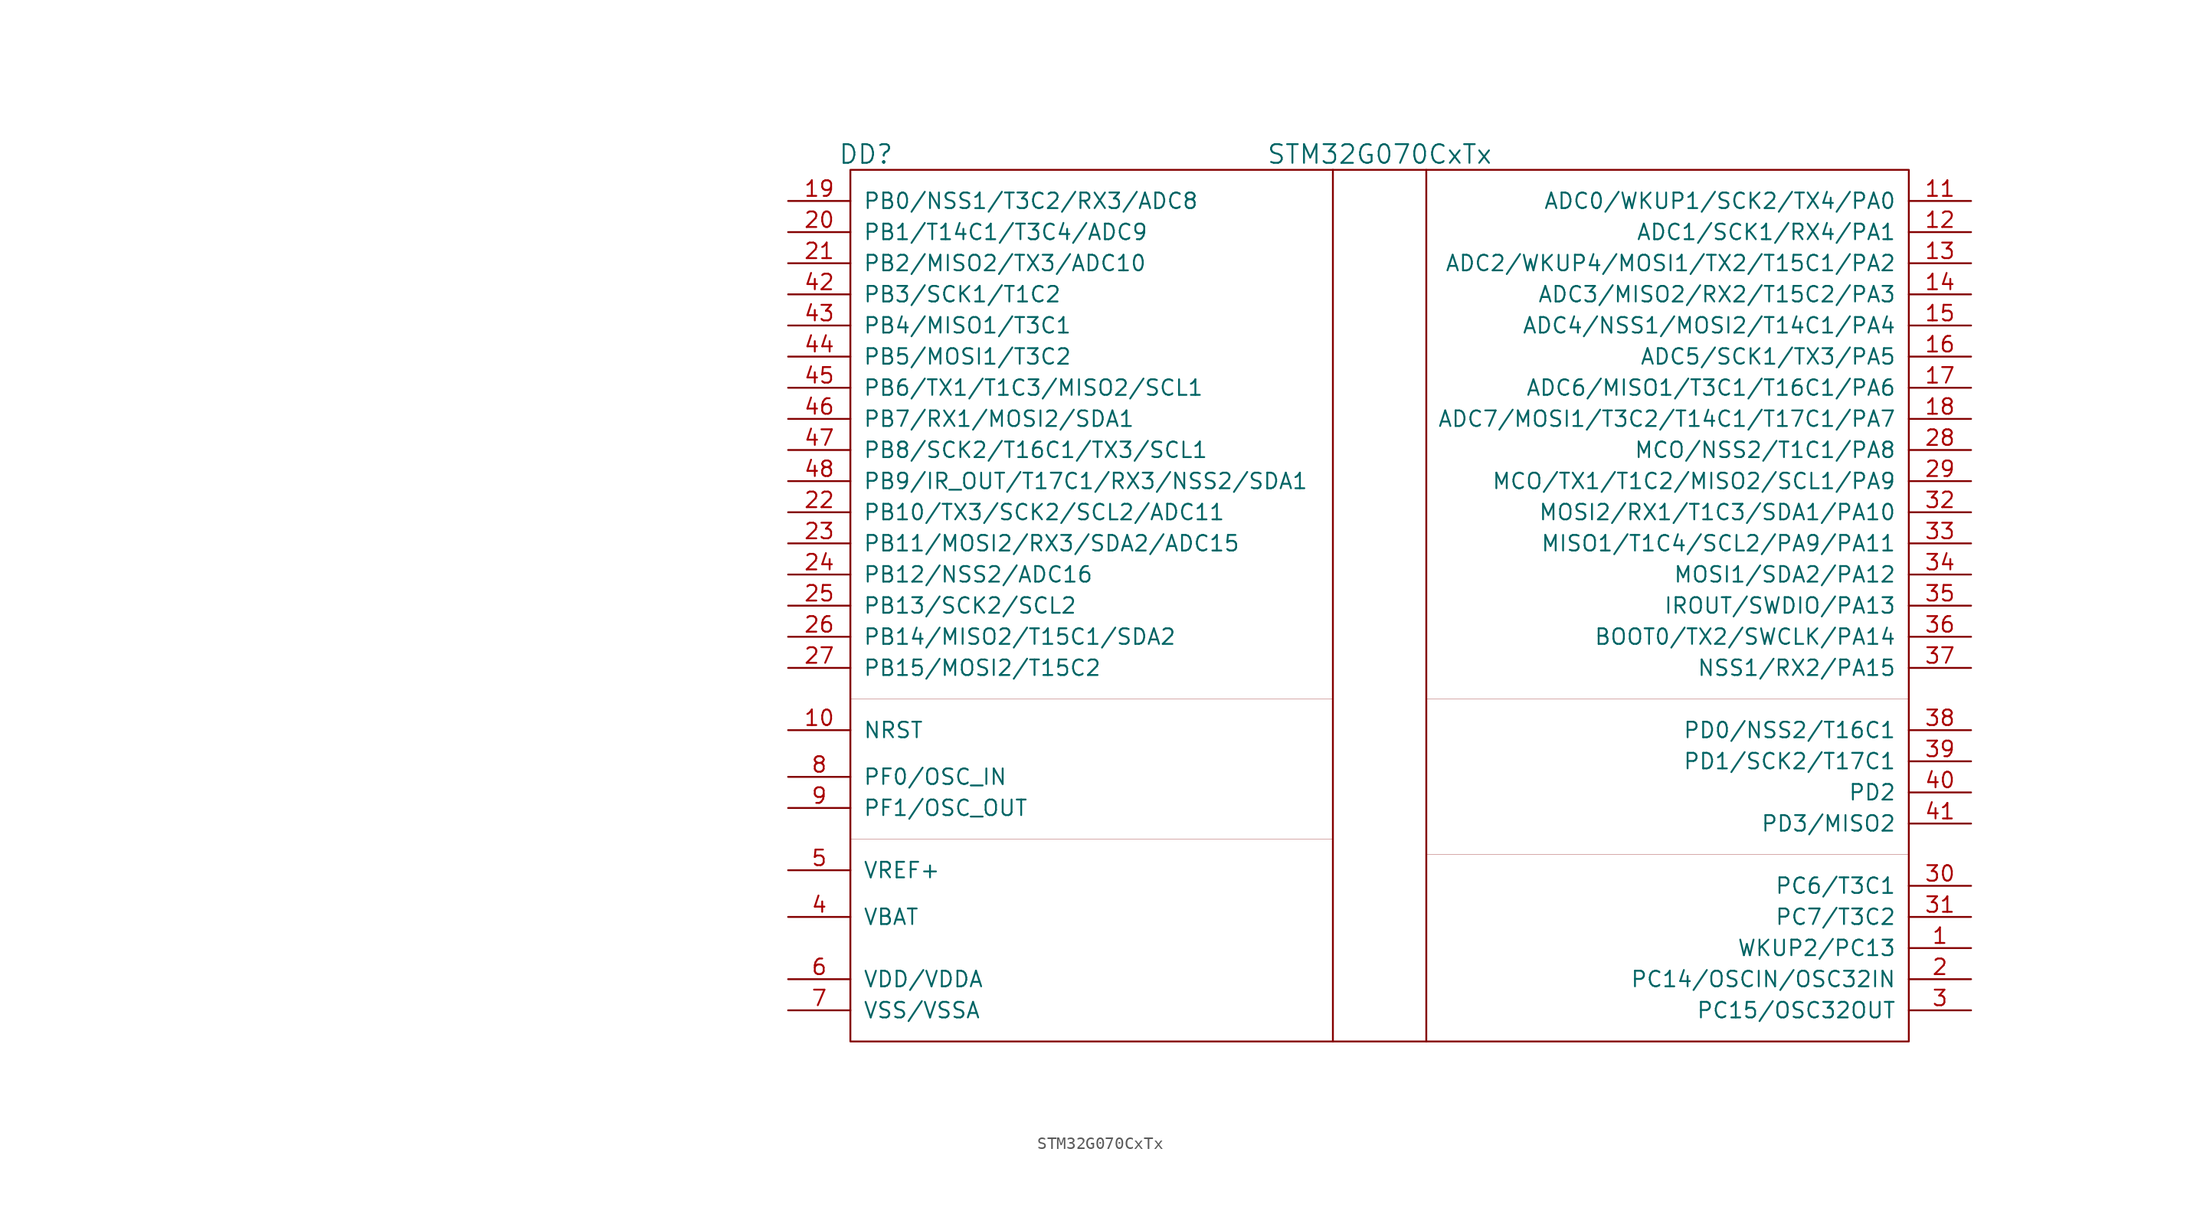
<source format=kicad_sym>
(kicad_symbol_lib
  (version 20201005)
  (generator kicad_symbol_editor)
  (symbol "st_kl:STM32G070CxTx"
    (pin_names
      (offset 1.016))
    (property "Reference" "DD"
      (at -41.91 45.72 0)
      (effects (font (size 1.524 1.524))))
    (property "Value" "STM32G070CxTx"
      (at 0 45.72 0)
      (effects (font (size 1.524 1.524))))
    (property "Datasheet" ""
      (at -93.98 6.35 0)
      (effects (font (size 1.524 1.524))))
    (symbol "STM32G070CxTx_0_1"
      (rectangle (start -43.18 44.45) (end 43.18 -26.67) (stroke (width 0)) (fill (type none)))
      (polyline (pts (xy -3.81 44.45) (xy -3.81 -26.67)) (stroke (width 0)) (fill (type none)))
      (polyline (pts (xy 3.81 44.45) (xy 3.81 -26.67)) (stroke (width 0)) (fill (type none)))
      (polyline (pts (xy 43.18 1.27) (xy 3.81 1.27)) (stroke (width 0.001)) (fill (type none)))
      (polyline (pts (xy 43.18 -11.43) (xy 3.81 -11.43)) (stroke (width 0.001)) (fill (type none)))
      (polyline (pts (xy -43.18 1.27) (xy -3.81 1.27)) (stroke (width 0.001)) (fill (type none)))
      (polyline (pts (xy -43.18 -10.16) (xy -3.81 -10.16)) (stroke (width 0.001)) (fill (type none))))
    (symbol "STM32G070CxTx_1_1"
      (pin passive line (at -48.26 19.05 0) (length 5.08) (name "PB9/IR_OUT/T17C1/RX3/NSS2/SDA1" (effects (font (size 1.27 1.27)))) (number "48" (effects (font (size 1.27 1.27)))))
      (pin passive line (at 48.26 34.29 180) (length 5.08) (name "ADC3/MISO2/RX2/T15C2/PA3" (effects (font (size 1.27 1.27)))) (number "14" (effects (font (size 1.27 1.27)))))
      (pin passive line (at 48.26 31.75 180) (length 5.08) (name "ADC4/NSS1/MOSI2/T14C1/PA4" (effects (font (size 1.27 1.27)))) (number "15" (effects (font (size 1.27 1.27)))))
      (pin passive line (at 48.26 29.21 180) (length 5.08) (name "ADC5/SCK1/TX3/PA5" (effects (font (size 1.27 1.27)))) (number "16" (effects (font (size 1.27 1.27)))))
      (pin passive line (at 48.26 26.67 180) (length 5.08) (name "ADC6/MISO1/T3C1/T16C1/PA6" (effects (font (size 1.27 1.27)))) (number "17" (effects (font (size 1.27 1.27)))))
      (pin passive line (at 48.26 24.13 180) (length 5.08) (name "ADC7/MOSI1/T3C2/T14C1/T17C1/PA7" (effects (font (size 1.27 1.27)))) (number "18" (effects (font (size 1.27 1.27)))))
      (pin passive line (at -48.26 41.91 0) (length 5.08) (name "PB0/NSS1/T3C2/RX3/ADC8" (effects (font (size 1.27 1.27)))) (number "19" (effects (font (size 1.27 1.27)))))
      (pin passive line (at -48.26 39.37 0) (length 5.08) (name "PB1/T14C1/T3C4/ADC9" (effects (font (size 1.27 1.27)))) (number "20" (effects (font (size 1.27 1.27)))))
      (pin passive line (at -48.26 36.83 0) (length 5.08) (name "PB2/MISO2/TX3/ADC10" (effects (font (size 1.27 1.27)))) (number "21" (effects (font (size 1.27 1.27)))))
      (pin passive line (at 48.26 21.59 180) (length 5.08) (name "MCO/NSS2/T1C1/PA8" (effects (font (size 1.27 1.27)))) (number "28" (effects (font (size 1.27 1.27)))))
      (pin passive line (at 48.26 19.05 180) (length 5.08) (name "MCO/TX1/T1C2/MISO2/SCL1/PA9" (effects (font (size 1.27 1.27)))) (number "29" (effects (font (size 1.27 1.27)))))
      (pin passive line (at 48.26 -21.59 180) (length 5.08) (name "PC14/OSCIN/OSC32IN" (effects (font (size 1.27 1.27)))) (number "2" (effects (font (size 1.27 1.27)))))
      (pin passive line (at 48.26 -13.97 180) (length 5.08) (name "PC6/T3C1" (effects (font (size 1.27 1.27)))) (number "30" (effects (font (size 1.27 1.27)))))
      (pin passive line (at 48.26 16.51 180) (length 5.08) (name "MOSI2/RX1/T1C3/SDA1/PA10" (effects (font (size 1.27 1.27)))) (number "32" (effects (font (size 1.27 1.27)))))
      (pin passive line (at 48.26 13.97 180) (length 5.08) (name "MISO1/T1C4/SCL2/PA9/PA11" (effects (font (size 1.27 1.27)))) (number "33" (effects (font (size 1.27 1.27)))))
      (pin passive line (at 48.26 11.43 180) (length 5.08) (name "MOSI1/SDA2/PA12" (effects (font (size 1.27 1.27)))) (number "34" (effects (font (size 1.27 1.27)))))
      (pin passive line (at 48.26 8.89 180) (length 5.08) (name "IROUT/SWDIO/PA13" (effects (font (size 1.27 1.27)))) (number "35" (effects (font (size 1.27 1.27)))))
      (pin passive line (at 48.26 6.35 180) (length 5.08) (name "BOOT0/TX2/SWCLK/PA14" (effects (font (size 1.27 1.27)))) (number "36" (effects (font (size 1.27 1.27)))))
      (pin passive line (at 48.26 3.81 180) (length 5.08) (name "NSS1/RX2/PA15" (effects (font (size 1.27 1.27)))) (number "37" (effects (font (size 1.27 1.27)))))
      (pin passive line (at -48.26 34.29 0) (length 5.08) (name "PB3/SCK1/T1C2" (effects (font (size 1.27 1.27)))) (number "42" (effects (font (size 1.27 1.27)))))
      (pin passive line (at -48.26 31.75 0) (length 5.08) (name "PB4/MISO1/T3C1" (effects (font (size 1.27 1.27)))) (number "43" (effects (font (size 1.27 1.27)))))
      (pin passive line (at -48.26 29.21 0) (length 5.08) (name "PB5/MOSI1/T3C2" (effects (font (size 1.27 1.27)))) (number "44" (effects (font (size 1.27 1.27)))))
      (pin passive line (at 48.26 -24.13 180) (length 5.08) (name "PC15/OSC32OUT" (effects (font (size 1.27 1.27)))) (number "3" (effects (font (size 1.27 1.27)))))
      (pin passive line (at -48.26 26.67 0) (length 5.08) (name "PB6/TX1/T1C3/MISO2/SCL1" (effects (font (size 1.27 1.27)))) (number "45" (effects (font (size 1.27 1.27)))))
      (pin passive line (at -48.26 24.13 0) (length 5.08) (name "PB7/RX1/MOSI2/SDA1" (effects (font (size 1.27 1.27)))) (number "46" (effects (font (size 1.27 1.27)))))
      (pin passive line (at -48.26 21.59 0) (length 5.08) (name "PB8/SCK2/T16C1/TX3/SCL1" (effects (font (size 1.27 1.27)))) (number "47" (effects (font (size 1.27 1.27)))))
      (pin power_in line (at -48.26 -21.59 0) (length 5.08) (name "VDD/VDDA" (effects (font (size 1.27 1.27)))) (number "6" (effects (font (size 1.27 1.27)))))
      (pin power_in line (at -48.26 -24.13 0) (length 5.08) (name "VSS/VSSA" (effects (font (size 1.27 1.27)))) (number "7" (effects (font (size 1.27 1.27)))))
      (pin passive line (at -48.26 -1.27 0) (length 5.08) (name "NRST" (effects (font (size 1.27 1.27)))) (number "10" (effects (font (size 1.27 1.27)))))
      (pin passive line (at 48.26 41.91 180) (length 5.08) (name "ADC0/WKUP1/SCK2/TX4/PA0" (effects (font (size 1.27 1.27)))) (number "11" (effects (font (size 1.27 1.27)))))
      (pin passive line (at 48.26 39.37 180) (length 5.08) (name "ADC1/SCK1/RX4/PA1" (effects (font (size 1.27 1.27)))) (number "12" (effects (font (size 1.27 1.27)))))
      (pin passive line (at 48.26 36.83 180) (length 5.08) (name "ADC2/WKUP4/MOSI1/TX2/T15C1/PA2" (effects (font (size 1.27 1.27)))) (number "13" (effects (font (size 1.27 1.27)))))
      (pin passive line (at 48.26 -19.05 180) (length 5.08) (name "WKUP2/PC13" (effects (font (size 1.27 1.27)))) (number "1" (effects (font (size 1.27 1.27)))))
      (pin power_in line (at -48.26 -16.51 0) (length 5.08) (name "VBAT" (effects (font (size 1.27 1.27)))) (number "4" (effects (font (size 1.27 1.27)))))
      (pin passive line (at -48.26 -12.7 0) (length 5.08) (name "VREF+" (effects (font (size 1.27 1.27)))) (number "5" (effects (font (size 1.27 1.27)))))
      (pin passive line (at -48.26 -5.08 0) (length 5.08) (name "PF0/OSC_IN" (effects (font (size 1.27 1.27)))) (number "8" (effects (font (size 1.27 1.27)))))
      (pin passive line (at -48.26 -7.62 0) (length 5.08) (name "PF1/OSC_OUT" (effects (font (size 1.27 1.27)))) (number "9" (effects (font (size 1.27 1.27)))))
      (pin passive line (at -48.26 16.51 0) (length 5.08) (name "PB10/TX3/SCK2/SCL2/ADC11" (effects (font (size 1.27 1.27)))) (number "22" (effects (font (size 1.27 1.27)))))
      (pin passive line (at -48.26 13.97 0) (length 5.08) (name "PB11/MOSI2/RX3/SDA2/ADC15" (effects (font (size 1.27 1.27)))) (number "23" (effects (font (size 1.27 1.27)))))
      (pin passive line (at -48.26 11.43 0) (length 5.08) (name "PB12/NSS2/ADC16" (effects (font (size 1.27 1.27)))) (number "24" (effects (font (size 1.27 1.27)))))
      (pin passive line (at -48.26 8.89 0) (length 5.08) (name "PB13/SCK2/SCL2" (effects (font (size 1.27 1.27)))) (number "25" (effects (font (size 1.27 1.27)))))
      (pin passive line (at -48.26 6.35 0) (length 5.08) (name "PB14/MISO2/T15C1/SDA2" (effects (font (size 1.27 1.27)))) (number "26" (effects (font (size 1.27 1.27)))))
      (pin passive line (at -48.26 3.81 0) (length 5.08) (name "PB15/MOSI2/T15C2" (effects (font (size 1.27 1.27)))) (number "27" (effects (font (size 1.27 1.27)))))
      (pin passive line (at 48.26 -16.51 180) (length 5.08) (name "PC7/T3C2" (effects (font (size 1.27 1.27)))) (number "31" (effects (font (size 1.27 1.27)))))
      (pin passive line (at 48.26 -1.27 180) (length 5.08) (name "PD0/NSS2/T16C1" (effects (font (size 1.27 1.27)))) (number "38" (effects (font (size 1.27 1.27)))))
      (pin passive line (at 48.26 -3.81 180) (length 5.08) (name "PD1/SCK2/T17C1" (effects (font (size 1.27 1.27)))) (number "39" (effects (font (size 1.27 1.27)))))
      (pin passive line (at 48.26 -6.35 180) (length 5.08) (name "PD2" (effects (font (size 1.27 1.27)))) (number "40" (effects (font (size 1.27 1.27)))))
      (pin passive line (at 48.26 -8.89 180) (length 5.08) (name "PD3/MISO2" (effects (font (size 1.27 1.27)))) (number "41" (effects (font (size 1.27 1.27))))))))
</source>
